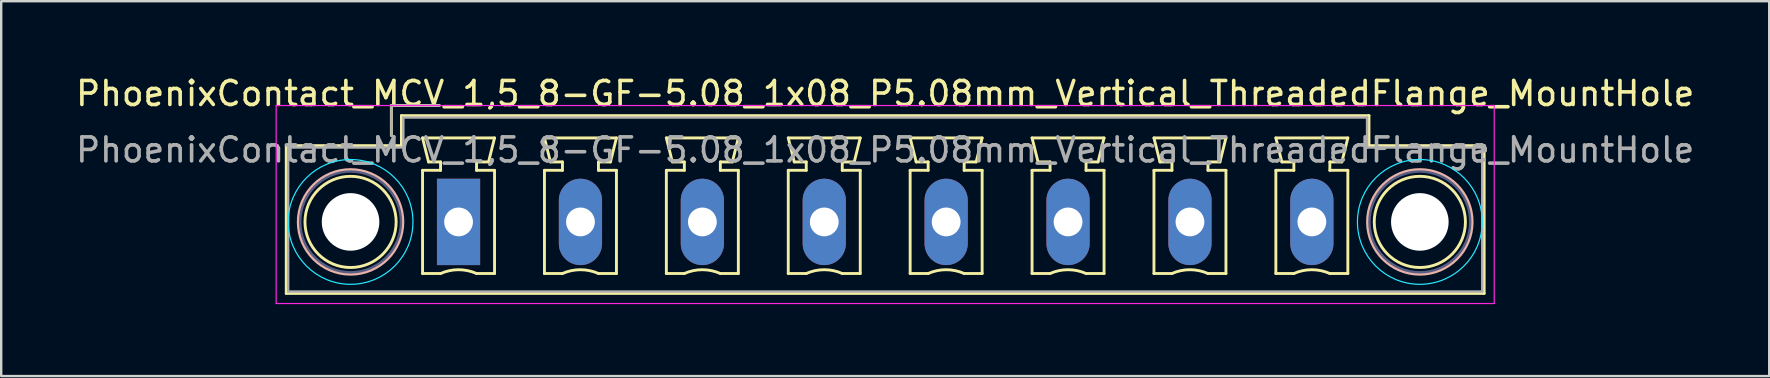
<source format=kicad_pcb>
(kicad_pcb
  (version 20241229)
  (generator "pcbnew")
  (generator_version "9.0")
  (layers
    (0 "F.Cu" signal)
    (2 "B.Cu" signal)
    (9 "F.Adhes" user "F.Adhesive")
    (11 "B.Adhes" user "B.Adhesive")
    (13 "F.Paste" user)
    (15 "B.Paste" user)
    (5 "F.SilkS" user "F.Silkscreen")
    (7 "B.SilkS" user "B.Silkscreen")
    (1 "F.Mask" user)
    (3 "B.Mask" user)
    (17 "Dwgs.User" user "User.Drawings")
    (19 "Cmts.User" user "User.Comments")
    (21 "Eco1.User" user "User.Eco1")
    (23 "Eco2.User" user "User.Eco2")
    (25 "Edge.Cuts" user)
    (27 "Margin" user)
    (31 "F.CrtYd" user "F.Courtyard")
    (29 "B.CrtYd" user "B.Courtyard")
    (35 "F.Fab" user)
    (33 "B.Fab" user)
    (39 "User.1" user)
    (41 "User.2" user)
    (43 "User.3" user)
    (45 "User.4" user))
  (footprint "PhoenixContact_MCV_1,5_8-GF-5.08_1x08_P5.08mm_Vertical_ThreadedFlange_MountHole"
    (layer "F.Cu")
    (at 16.059 6.198)
    (property "Reference" "PhoenixContact_MCV_1,5_8-GF-5.08_1x08_P5.08mm_Vertical_ThreadedFlange_MountHole" (at 17.78 -5.35 0) (layer "F.SilkS") (effects (font (size 1 1) (thickness 0.15))))
    (attr through_hole)
    (fp_line (start -7.18 -3.18) (end -7.18 2.98) (stroke (width 0.12) (type solid)) (layer "F.SilkS"))
    (fp_line (start -7.18 2.98) (end 42.74 2.98) (stroke (width 0.12) (type solid)) (layer "F.SilkS"))
    (fp_line (start -2.8 -4.85) (end -0.8 -4.85) (stroke (width 0.12) (type solid)) (layer "F.SilkS"))
    (fp_line (start -2.8 -3.6) (end -2.8 -4.85) (stroke (width 0.12) (type solid)) (layer "F.SilkS"))
    (fp_line (start -2.38 -4.43) (end -2.38 -3.18) (stroke (width 0.12) (type solid)) (layer "F.SilkS"))
    (fp_line (start -2.38 -3.18) (end -7.18 -3.18) (stroke (width 0.12) (type solid)) (layer "F.SilkS"))
    (fp_line (start -1.5 -3.5) (end 1.5 -3.5) (stroke (width 0.12) (type solid)) (layer "F.SilkS"))
    (fp_line (start -1.5 -2.15) (end -0.75 -2.15) (stroke (width 0.12) (type solid)) (layer "F.SilkS"))
    (fp_line (start -1.5 2.15) (end -1.5 -2.15) (stroke (width 0.12) (type solid)) (layer "F.SilkS"))
    (fp_line (start -1.25 -2.5) (end -1.5 -3.5) (stroke (width 0.12) (type solid)) (layer "F.SilkS"))
    (fp_line (start -0.75 -2.5) (end -1.25 -2.5) (stroke (width 0.12) (type solid)) (layer "F.SilkS"))
    (fp_line (start -0.75 -2.15) (end -0.75 -2.5) (stroke (width 0.12) (type solid)) (layer "F.SilkS"))
    (fp_line (start -0.75 2.15) (end -1.5 2.15) (stroke (width 0.12) (type solid)) (layer "F.SilkS"))
    (fp_line (start 0.75 -2.5) (end 0.75 -2.15) (stroke (width 0.12) (type solid)) (layer "F.SilkS"))
    (fp_line (start 0.75 -2.15) (end 1.5 -2.15) (stroke (width 0.12) (type solid)) (layer "F.SilkS"))
    (fp_line (start 1.25 -2.5) (end 0.75 -2.5) (stroke (width 0.12) (type solid)) (layer "F.SilkS"))
    (fp_line (start 1.5 -3.5) (end 1.25 -2.5) (stroke (width 0.12) (type solid)) (layer "F.SilkS"))
    (fp_line (start 1.5 -2.15) (end 1.5 2.15) (stroke (width 0.12) (type solid)) (layer "F.SilkS"))
    (fp_line (start 1.5 2.15) (end 0.75 2.15) (stroke (width 0.12) (type solid)) (layer "F.SilkS"))
    (fp_line (start 3.58 -3.5) (end 6.58 -3.5) (stroke (width 0.12) (type solid)) (layer "F.SilkS"))
    (fp_line (start 3.58 -2.15) (end 4.33 -2.15) (stroke (width 0.12) (type solid)) (layer "F.SilkS"))
    (fp_line (start 3.58 2.15) (end 3.58 -2.15) (stroke (width 0.12) (type solid)) (layer "F.SilkS"))
    (fp_line (start 3.83 -2.5) (end 3.58 -3.5) (stroke (width 0.12) (type solid)) (layer "F.SilkS"))
    (fp_line (start 4.33 -2.5) (end 3.83 -2.5) (stroke (width 0.12) (type solid)) (layer "F.SilkS"))
    (fp_line (start 4.33 -2.15) (end 4.33 -2.5) (stroke (width 0.12) (type solid)) (layer "F.SilkS"))
    (fp_line (start 4.33 2.15) (end 3.58 2.15) (stroke (width 0.12) (type solid)) (layer "F.SilkS"))
    (fp_line (start 5.83 -2.5) (end 5.83 -2.15) (stroke (width 0.12) (type solid)) (layer "F.SilkS"))
    (fp_line (start 5.83 -2.15) (end 6.58 -2.15) (stroke (width 0.12) (type solid)) (layer "F.SilkS"))
    (fp_line (start 6.33 -2.5) (end 5.83 -2.5) (stroke (width 0.12) (type solid)) (layer "F.SilkS"))
    (fp_line (start 6.58 -3.5) (end 6.33 -2.5) (stroke (width 0.12) (type solid)) (layer "F.SilkS"))
    (fp_line (start 6.58 -2.15) (end 6.58 2.15) (stroke (width 0.12) (type solid)) (layer "F.SilkS"))
    (fp_line (start 6.58 2.15) (end 5.83 2.15) (stroke (width 0.12) (type solid)) (layer "F.SilkS"))
    (fp_line (start 8.66 -3.5) (end 11.66 -3.5) (stroke (width 0.12) (type solid)) (layer "F.SilkS"))
    (fp_line (start 8.66 -2.15) (end 9.41 -2.15) (stroke (width 0.12) (type solid)) (layer "F.SilkS"))
    (fp_line (start 8.66 2.15) (end 8.66 -2.15) (stroke (width 0.12) (type solid)) (layer "F.SilkS"))
    (fp_line (start 8.91 -2.5) (end 8.66 -3.5) (stroke (width 0.12) (type solid)) (layer "F.SilkS"))
    (fp_line (start 9.41 -2.5) (end 8.91 -2.5) (stroke (width 0.12) (type solid)) (layer "F.SilkS"))
    (fp_line (start 9.41 -2.15) (end 9.41 -2.5) (stroke (width 0.12) (type solid)) (layer "F.SilkS"))
    (fp_line (start 9.41 2.15) (end 8.66 2.15) (stroke (width 0.12) (type solid)) (layer "F.SilkS"))
    (fp_line (start 10.91 -2.5) (end 10.91 -2.15) (stroke (width 0.12) (type solid)) (layer "F.SilkS"))
    (fp_line (start 10.91 -2.15) (end 11.66 -2.15) (stroke (width 0.12) (type solid)) (layer "F.SilkS"))
    (fp_line (start 11.41 -2.5) (end 10.91 -2.5) (stroke (width 0.12) (type solid)) (layer "F.SilkS"))
    (fp_line (start 11.66 -3.5) (end 11.41 -2.5) (stroke (width 0.12) (type solid)) (layer "F.SilkS"))
    (fp_line (start 11.66 -2.15) (end 11.66 2.15) (stroke (width 0.12) (type solid)) (layer "F.SilkS"))
    (fp_line (start 11.66 2.15) (end 10.91 2.15) (stroke (width 0.12) (type solid)) (layer "F.SilkS"))
    (fp_line (start 13.74 -3.5) (end 16.74 -3.5) (stroke (width 0.12) (type solid)) (layer "F.SilkS"))
    (fp_line (start 13.74 -2.15) (end 14.49 -2.15) (stroke (width 0.12) (type solid)) (layer "F.SilkS"))
    (fp_line (start 13.74 2.15) (end 13.74 -2.15) (stroke (width 0.12) (type solid)) (layer "F.SilkS"))
    (fp_line (start 13.99 -2.5) (end 13.74 -3.5) (stroke (width 0.12) (type solid)) (layer "F.SilkS"))
    (fp_line (start 14.49 -2.5) (end 13.99 -2.5) (stroke (width 0.12) (type solid)) (layer "F.SilkS"))
    (fp_line (start 14.49 -2.15) (end 14.49 -2.5) (stroke (width 0.12) (type solid)) (layer "F.SilkS"))
    (fp_line (start 14.49 2.15) (end 13.74 2.15) (stroke (width 0.12) (type solid)) (layer "F.SilkS"))
    (fp_line (start 15.99 -2.5) (end 15.99 -2.15) (stroke (width 0.12) (type solid)) (layer "F.SilkS"))
    (fp_line (start 15.99 -2.15) (end 16.74 -2.15) (stroke (width 0.12) (type solid)) (layer "F.SilkS"))
    (fp_line (start 16.49 -2.5) (end 15.99 -2.5) (stroke (width 0.12) (type solid)) (layer "F.SilkS"))
    (fp_line (start 16.74 -3.5) (end 16.49 -2.5) (stroke (width 0.12) (type solid)) (layer "F.SilkS"))
    (fp_line (start 16.74 -2.15) (end 16.74 2.15) (stroke (width 0.12) (type solid)) (layer "F.SilkS"))
    (fp_line (start 16.74 2.15) (end 15.99 2.15) (stroke (width 0.12) (type solid)) (layer "F.SilkS"))
    (fp_line (start 18.82 -3.5) (end 21.82 -3.5) (stroke (width 0.12) (type solid)) (layer "F.SilkS"))
    (fp_line (start 18.82 -2.15) (end 19.57 -2.15) (stroke (width 0.12) (type solid)) (layer "F.SilkS"))
    (fp_line (start 18.82 2.15) (end 18.82 -2.15) (stroke (width 0.12) (type solid)) (layer "F.SilkS"))
    (fp_line (start 19.07 -2.5) (end 18.82 -3.5) (stroke (width 0.12) (type solid)) (layer "F.SilkS"))
    (fp_line (start 19.57 -2.5) (end 19.07 -2.5) (stroke (width 0.12) (type solid)) (layer "F.SilkS"))
    (fp_line (start 19.57 -2.15) (end 19.57 -2.5) (stroke (width 0.12) (type solid)) (layer "F.SilkS"))
    (fp_line (start 19.57 2.15) (end 18.82 2.15) (stroke (width 0.12) (type solid)) (layer "F.SilkS"))
    (fp_line (start 21.07 -2.5) (end 21.07 -2.15) (stroke (width 0.12) (type solid)) (layer "F.SilkS"))
    (fp_line (start 21.07 -2.15) (end 21.82 -2.15) (stroke (width 0.12) (type solid)) (layer "F.SilkS"))
    (fp_line (start 21.57 -2.5) (end 21.07 -2.5) (stroke (width 0.12) (type solid)) (layer "F.SilkS"))
    (fp_line (start 21.82 -3.5) (end 21.57 -2.5) (stroke (width 0.12) (type solid)) (layer "F.SilkS"))
    (fp_line (start 21.82 -2.15) (end 21.82 2.15) (stroke (width 0.12) (type solid)) (layer "F.SilkS"))
    (fp_line (start 21.82 2.15) (end 21.07 2.15) (stroke (width 0.12) (type solid)) (layer "F.SilkS"))
    (fp_line (start 23.9 -3.5) (end 26.9 -3.5) (stroke (width 0.12) (type solid)) (layer "F.SilkS"))
    (fp_line (start 23.9 -2.15) (end 24.65 -2.15) (stroke (width 0.12) (type solid)) (layer "F.SilkS"))
    (fp_line (start 23.9 2.15) (end 23.9 -2.15) (stroke (width 0.12) (type solid)) (layer "F.SilkS"))
    (fp_line (start 24.15 -2.5) (end 23.9 -3.5) (stroke (width 0.12) (type solid)) (layer "F.SilkS"))
    (fp_line (start 24.65 -2.5) (end 24.15 -2.5) (stroke (width 0.12) (type solid)) (layer "F.SilkS"))
    (fp_line (start 24.65 -2.15) (end 24.65 -2.5) (stroke (width 0.12) (type solid)) (layer "F.SilkS"))
    (fp_line (start 24.65 2.15) (end 23.9 2.15) (stroke (width 0.12) (type solid)) (layer "F.SilkS"))
    (fp_line (start 26.15 -2.5) (end 26.15 -2.15) (stroke (width 0.12) (type solid)) (layer "F.SilkS"))
    (fp_line (start 26.15 -2.15) (end 26.9 -2.15) (stroke (width 0.12) (type solid)) (layer "F.SilkS"))
    (fp_line (start 26.65 -2.5) (end 26.15 -2.5) (stroke (width 0.12) (type solid)) (layer "F.SilkS"))
    (fp_line (start 26.9 -3.5) (end 26.65 -2.5) (stroke (width 0.12) (type solid)) (layer "F.SilkS"))
    (fp_line (start 26.9 -2.15) (end 26.9 2.15) (stroke (width 0.12) (type solid)) (layer "F.SilkS"))
    (fp_line (start 26.9 2.15) (end 26.15 2.15) (stroke (width 0.12) (type solid)) (layer "F.SilkS"))
    (fp_line (start 28.98 -3.5) (end 31.98 -3.5) (stroke (width 0.12) (type solid)) (layer "F.SilkS"))
    (fp_line (start 28.98 -2.15) (end 29.73 -2.15) (stroke (width 0.12) (type solid)) (layer "F.SilkS"))
    (fp_line (start 28.98 2.15) (end 28.98 -2.15) (stroke (width 0.12) (type solid)) (layer "F.SilkS"))
    (fp_line (start 29.23 -2.5) (end 28.98 -3.5) (stroke (width 0.12) (type solid)) (layer "F.SilkS"))
    (fp_line (start 29.73 -2.5) (end 29.23 -2.5) (stroke (width 0.12) (type solid)) (layer "F.SilkS"))
    (fp_line (start 29.73 -2.15) (end 29.73 -2.5) (stroke (width 0.12) (type solid)) (layer "F.SilkS"))
    (fp_line (start 29.73 2.15) (end 28.98 2.15) (stroke (width 0.12) (type solid)) (layer "F.SilkS"))
    (fp_line (start 31.23 -2.5) (end 31.23 -2.15) (stroke (width 0.12) (type solid)) (layer "F.SilkS"))
    (fp_line (start 31.23 -2.15) (end 31.98 -2.15) (stroke (width 0.12) (type solid)) (layer "F.SilkS"))
    (fp_line (start 31.73 -2.5) (end 31.23 -2.5) (stroke (width 0.12) (type solid)) (layer "F.SilkS"))
    (fp_line (start 31.98 -3.5) (end 31.73 -2.5) (stroke (width 0.12) (type solid)) (layer "F.SilkS"))
    (fp_line (start 31.98 -2.15) (end 31.98 2.15) (stroke (width 0.12) (type solid)) (layer "F.SilkS"))
    (fp_line (start 31.98 2.15) (end 31.23 2.15) (stroke (width 0.12) (type solid)) (layer "F.SilkS"))
    (fp_line (start 34.06 -3.5) (end 37.06 -3.5) (stroke (width 0.12) (type solid)) (layer "F.SilkS"))
    (fp_line (start 34.06 -2.15) (end 34.81 -2.15) (stroke (width 0.12) (type solid)) (layer "F.SilkS"))
    (fp_line (start 34.06 2.15) (end 34.06 -2.15) (stroke (width 0.12) (type solid)) (layer "F.SilkS"))
    (fp_line (start 34.31 -2.5) (end 34.06 -3.5) (stroke (width 0.12) (type solid)) (layer "F.SilkS"))
    (fp_line (start 34.81 -2.5) (end 34.31 -2.5) (stroke (width 0.12) (type solid)) (layer "F.SilkS"))
    (fp_line (start 34.81 -2.15) (end 34.81 -2.5) (stroke (width 0.12) (type solid)) (layer "F.SilkS"))
    (fp_line (start 34.81 2.15) (end 34.06 2.15) (stroke (width 0.12) (type solid)) (layer "F.SilkS"))
    (fp_line (start 36.31 -2.5) (end 36.31 -2.15) (stroke (width 0.12) (type solid)) (layer "F.SilkS"))
    (fp_line (start 36.31 -2.15) (end 37.06 -2.15) (stroke (width 0.12) (type solid)) (layer "F.SilkS"))
    (fp_line (start 36.81 -2.5) (end 36.31 -2.5) (stroke (width 0.12) (type solid)) (layer "F.SilkS"))
    (fp_line (start 37.06 -3.5) (end 36.81 -2.5) (stroke (width 0.12) (type solid)) (layer "F.SilkS"))
    (fp_line (start 37.06 -2.15) (end 37.06 2.15) (stroke (width 0.12) (type solid)) (layer "F.SilkS"))
    (fp_line (start 37.06 2.15) (end 36.31 2.15) (stroke (width 0.12) (type solid)) (layer "F.SilkS"))
    (fp_line (start 37.94 -4.43) (end -2.38 -4.43) (stroke (width 0.12) (type solid)) (layer "F.SilkS"))
    (fp_line (start 37.94 -3.18) (end 37.94 -4.43) (stroke (width 0.12) (type solid)) (layer "F.SilkS"))
    (fp_line (start 42.74 -3.18) (end 37.94 -3.18) (stroke (width 0.12) (type solid)) (layer "F.SilkS"))
    (fp_line (start 42.74 2.98) (end 42.74 -3.18) (stroke (width 0.12) (type solid)) (layer "F.SilkS"))
    (fp_arc (start -0.75 2.15) (mid -0.000193 1.99191) (end 0.749647 2.149844) (stroke (width 0.12) (type solid)) (layer "F.SilkS"))
    (fp_arc (start 4.33 2.15) (mid 5.079807 1.99191) (end 5.829647 2.149844) (stroke (width 0.12) (type solid)) (layer "F.SilkS"))
    (fp_arc (start 9.41 2.15) (mid 10.159807 1.99191) (end 10.909647 2.149844) (stroke (width 0.12) (type solid)) (layer "F.SilkS"))
    (fp_arc (start 14.49 2.15) (mid 15.239807 1.99191) (end 15.989647 2.149844) (stroke (width 0.12) (type solid)) (layer "F.SilkS"))
    (fp_arc (start 19.57 2.15) (mid 20.319807 1.99191) (end 21.069647 2.149844) (stroke (width 0.12) (type solid)) (layer "F.SilkS"))
    (fp_arc (start 24.65 2.15) (mid 25.399807 1.99191) (end 26.149647 2.149844) (stroke (width 0.12) (type solid)) (layer "F.SilkS"))
    (fp_arc (start 29.73 2.15) (mid 30.479807 1.99191) (end 31.229647 2.149844) (stroke (width 0.12) (type solid)) (layer "F.SilkS"))
    (fp_arc (start 34.81 2.15) (mid 35.559807 1.99191) (end 36.309647 2.149844) (stroke (width 0.12) (type solid)) (layer "F.SilkS"))
    (fp_circle (center -4.5 0) (end -2.6 0) (stroke (width 0.12) (type solid)) (fill no) (layer "F.SilkS"))
    (fp_circle (center 40.06 0) (end 41.96 0) (stroke (width 0.12) (type solid)) (fill no) (layer "F.SilkS"))
    (fp_circle (center -4.5 0) (end -2.32 0) (stroke (width 0.12) (type solid)) (fill no) (layer "B.SilkS"))
    (fp_circle (center 40.06 0) (end 42.24 0) (stroke (width 0.12) (type solid)) (fill no) (layer "B.SilkS"))
    (fp_circle (center -4.5 0) (end -1.9 0) (stroke (width 0.05) (type solid)) (fill no) (layer "B.CrtYd"))
    (fp_circle (center 40.06 0) (end 42.66 0) (stroke (width 0.05) (type solid)) (fill no) (layer "B.CrtYd"))
    (fp_line (start -7.6 -4.85) (end -7.6 3.4) (stroke (width 0.05) (type solid)) (layer "F.CrtYd"))
    (fp_line (start -7.6 3.4) (end 43.16 3.4) (stroke (width 0.05) (type solid)) (layer "F.CrtYd"))
    (fp_line (start 43.16 -4.85) (end -7.6 -4.85) (stroke (width 0.05) (type solid)) (layer "F.CrtYd"))
    (fp_line (start 43.16 3.4) (end 43.16 -4.85) (stroke (width 0.05) (type solid)) (layer "F.CrtYd"))
    (fp_circle (center -4.5 0) (end -2.4 0) (stroke (width 0.1) (type solid)) (fill no) (layer "B.Fab"))
    (fp_circle (center 40.06 0) (end 42.16 0) (stroke (width 0.1) (type solid)) (fill no) (layer "B.Fab"))
    (fp_line (start -7.1 -3.1) (end -7.1 2.9) (stroke (width 0.1) (type solid)) (layer "F.Fab"))
    (fp_line (start -7.1 2.9) (end 42.66 2.9) (stroke (width 0.1) (type solid)) (layer "F.Fab"))
    (fp_line (start -2.8 -4.85) (end -0.8 -4.85) (stroke (width 0.1) (type solid)) (layer "F.Fab"))
    (fp_line (start -2.8 -3.6) (end -2.8 -4.85) (stroke (width 0.1) (type solid)) (layer "F.Fab"))
    (fp_line (start -2.3 -4.35) (end -2.3 -3.1) (stroke (width 0.1) (type solid)) (layer "F.Fab"))
    (fp_line (start -2.3 -3.1) (end -7.1 -3.1) (stroke (width 0.1) (type solid)) (layer "F.Fab"))
    (fp_line (start 37.86 -4.35) (end -2.3 -4.35) (stroke (width 0.1) (type solid)) (layer "F.Fab"))
    (fp_line (start 37.86 -3.1) (end 37.86 -4.35) (stroke (width 0.1) (type solid)) (layer "F.Fab"))
    (fp_line (start 42.66 -3.1) (end 37.86 -3.1) (stroke (width 0.1) (type solid)) (layer "F.Fab"))
    (fp_line (start 42.66 2.9) (end 42.66 -3.1) (stroke (width 0.1) (type solid)) (layer "F.Fab"))
    (fp_text user "${REFERENCE}" (at 17.78 -3 0) (layer "F.Fab") (effects (font (size 1 1) (thickness 0.15))))
    (pad "" np_thru_hole circle (at -4.5 0) (size 2.4 2.4) (drill 2.4) (layers "*.Cu" "*.Mask"))
    (pad "" np_thru_hole circle (at 40.06 0) (size 2.4 2.4) (drill 2.4) (layers "*.Cu" "*.Mask"))
    (pad "1" thru_hole rect (at 0 0) (size 1.8 3.6) (drill 1.2) (layers "*.Cu" "*.Mask"))
    (pad "2" thru_hole oval (at 5.08 0) (size 1.8 3.6) (drill 1.2) (layers "*.Cu" "*.Mask"))
    (pad "3" thru_hole oval (at 10.16 0) (size 1.8 3.6) (drill 1.2) (layers "*.Cu" "*.Mask"))
    (pad "4" thru_hole oval (at 15.24 0) (size 1.8 3.6) (drill 1.2) (layers "*.Cu" "*.Mask"))
    (pad "5" thru_hole oval (at 20.32 0) (size 1.8 3.6) (drill 1.2) (layers "*.Cu" "*.Mask"))
    (pad "6" thru_hole oval (at 25.4 0) (size 1.8 3.6) (drill 1.2) (layers "*.Cu" "*.Mask"))
    (pad "7" thru_hole oval (at 30.48 0) (size 1.8 3.6) (drill 1.2) (layers "*.Cu" "*.Mask"))
    (pad "8" thru_hole oval (at 35.56 0) (size 1.8 3.6) (drill 1.2) (layers "*.Cu" "*.Mask")))
  (gr_rect
    (start -3 -3)
    (end 70.679 12.623)
    (stroke (width 0.1) (type default))
    (fill no)
    (layer "Edge.Cuts")))
</source>
